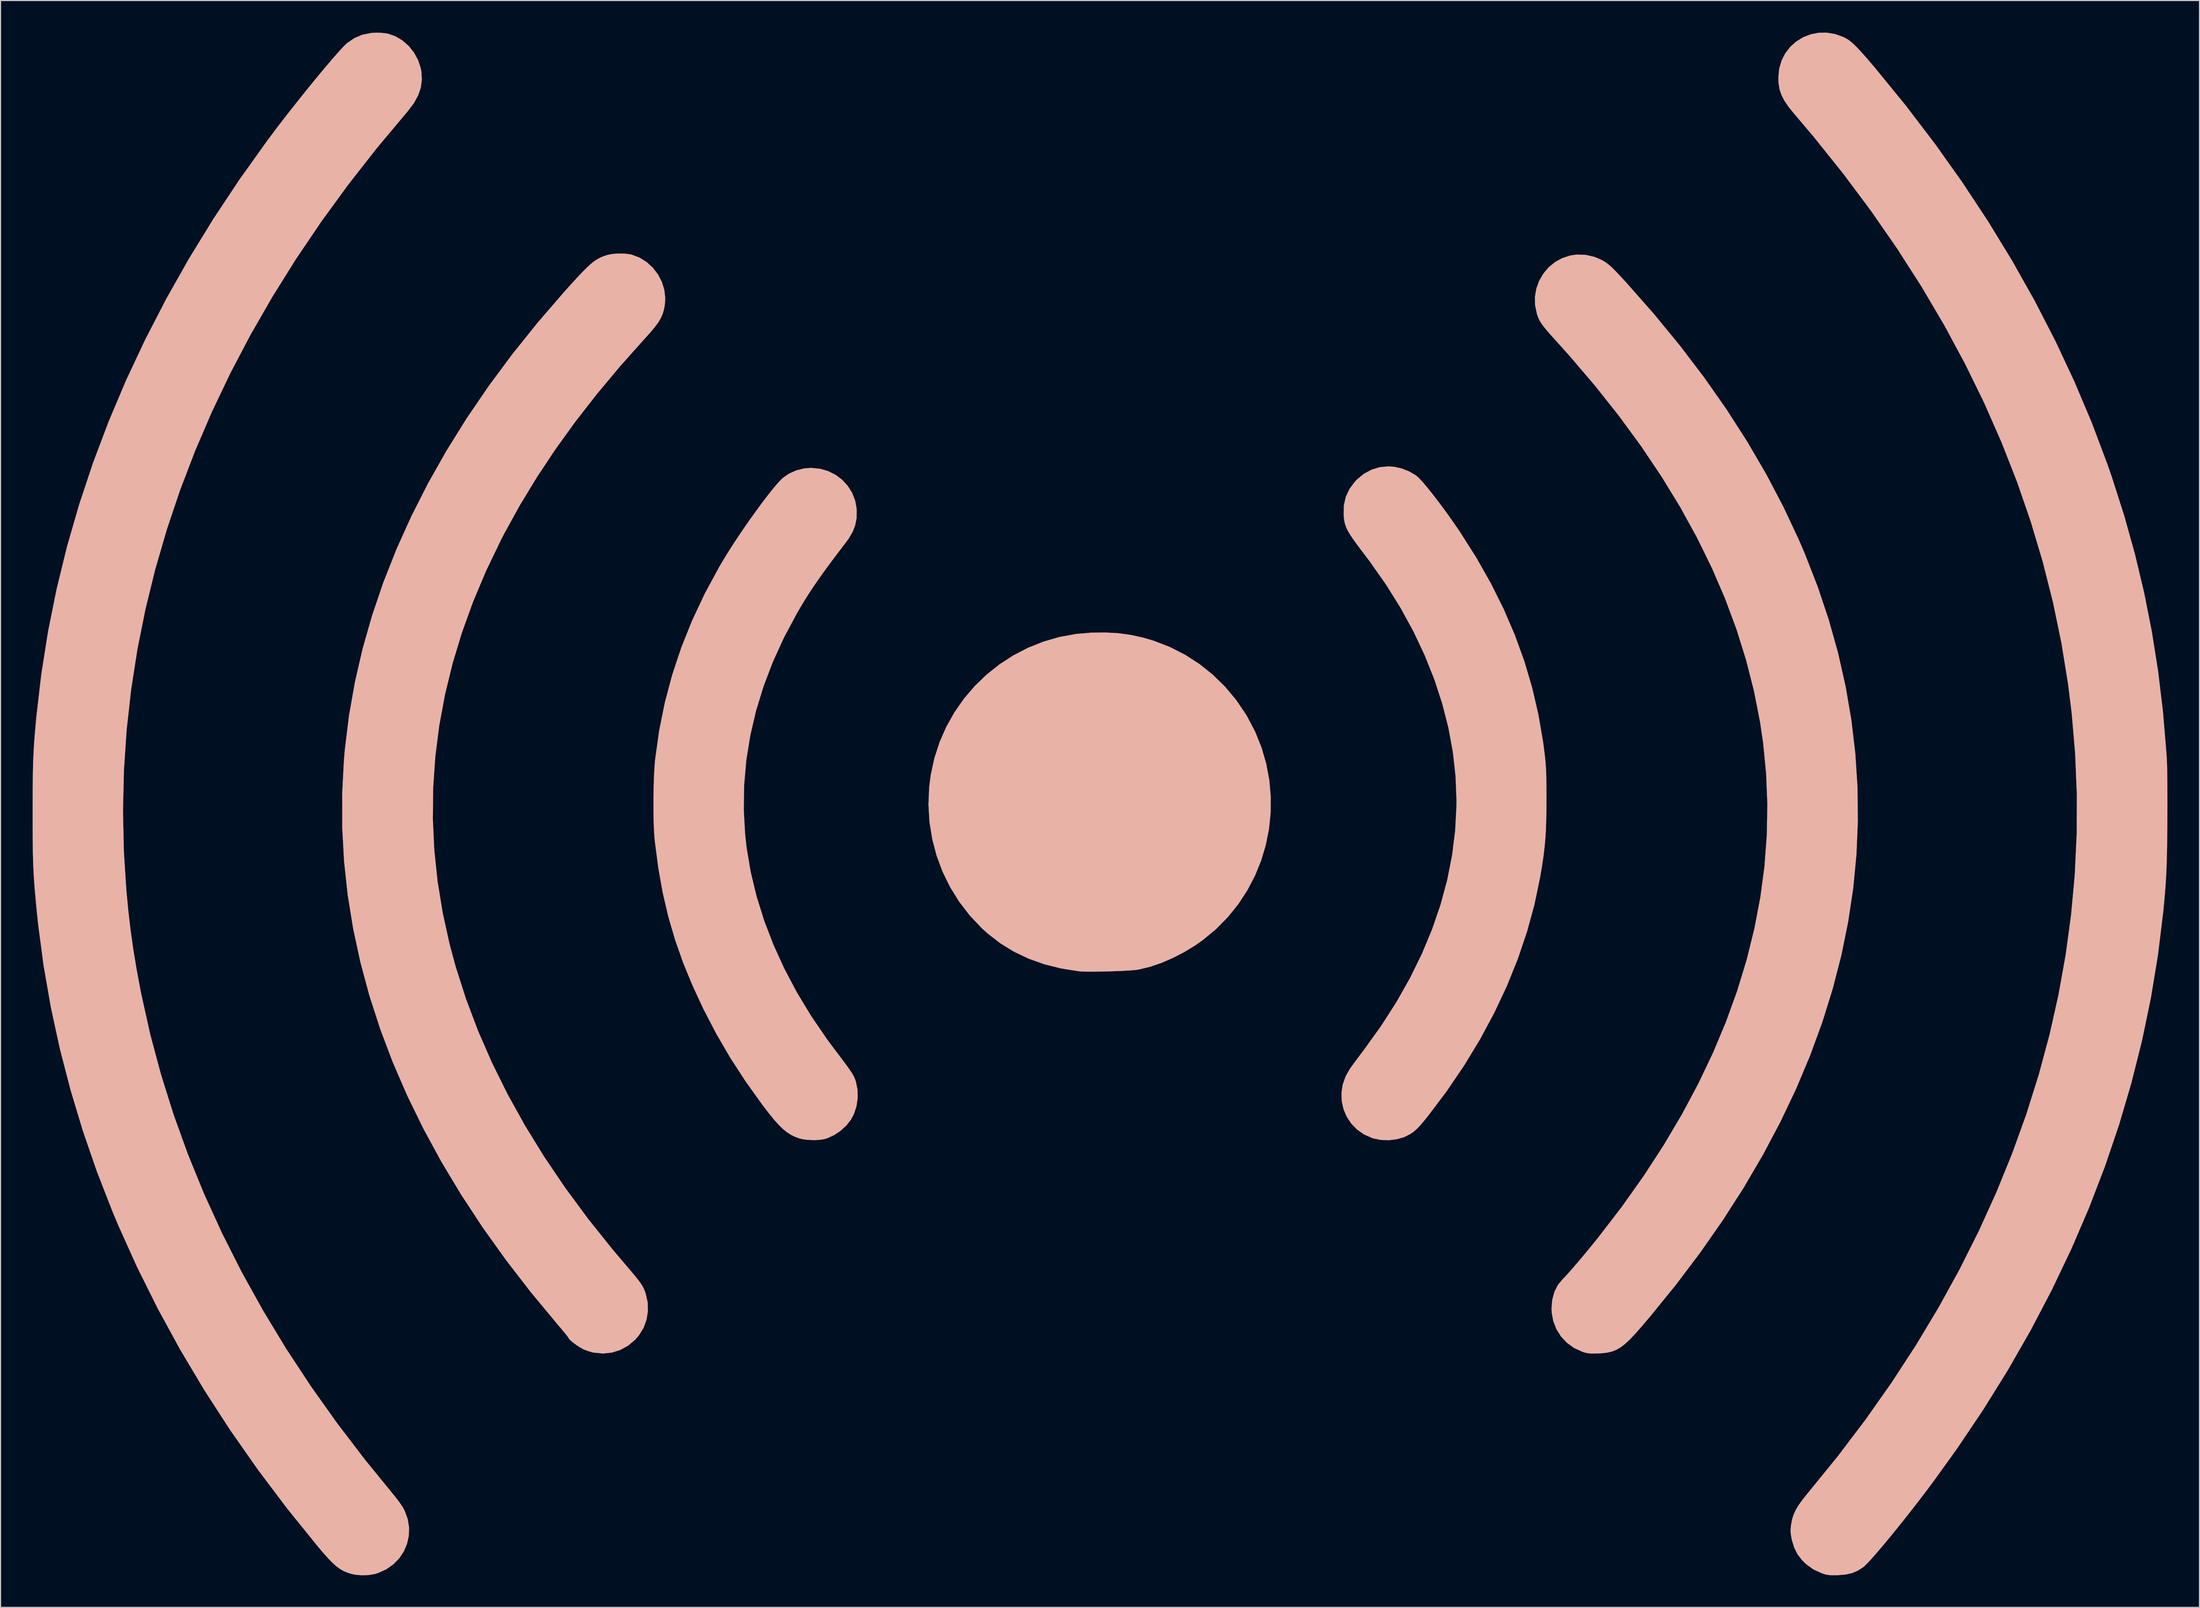
<source format=kicad_pcb>
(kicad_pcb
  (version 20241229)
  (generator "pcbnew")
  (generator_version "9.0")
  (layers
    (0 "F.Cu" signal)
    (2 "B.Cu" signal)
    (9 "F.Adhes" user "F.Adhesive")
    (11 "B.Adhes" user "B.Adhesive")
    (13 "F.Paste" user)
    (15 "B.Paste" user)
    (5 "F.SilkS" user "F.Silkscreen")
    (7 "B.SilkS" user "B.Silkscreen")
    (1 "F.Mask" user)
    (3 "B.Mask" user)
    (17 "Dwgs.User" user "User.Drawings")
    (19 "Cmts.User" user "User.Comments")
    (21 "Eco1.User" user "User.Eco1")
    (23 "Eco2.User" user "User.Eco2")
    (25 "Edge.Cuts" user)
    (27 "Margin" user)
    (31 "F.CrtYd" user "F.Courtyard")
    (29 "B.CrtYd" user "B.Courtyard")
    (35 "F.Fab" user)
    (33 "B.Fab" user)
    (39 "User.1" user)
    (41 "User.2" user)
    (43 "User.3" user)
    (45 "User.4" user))
  (footprint "rfid_14x20_B"
    (layer "F.Cu")
    (at 99.869 72.143)
    (property "Reference" "rfid_14x20_B" (at 0 0 0) (layer "B.SilkS") (effects (font (size 1.524 1.524) (thickness 0.3))))
    (attr through_hole)
    (fp_poly (pts (xy 1.699 -15.942) (xy 2.858 -15.787) (xy 4.002 -15.536) (xy 5.029 -15.234) (xy 6.531 -14.655) (xy 7.96 -13.927) (xy 9.306 -13.058) (xy 10.56 -12.055) (xy 11.71 -10.928) (xy 12.748 -9.685) (xy 13.664 -8.332) (xy 13.77 -8.154) (xy 14.521 -6.719) (xy 15.114 -5.242) (xy 15.553 -3.734) (xy 15.84 -2.207) (xy 15.976 -0.671) (xy 15.966 0.863) (xy 15.81 2.384) (xy 15.512 3.88) (xy 15.075 5.341) (xy 14.5 6.755) (xy 13.79 8.112) (xy 12.948 9.401) (xy 11.975 10.61) (xy 10.876 11.729) (xy 9.651 12.747) (xy 8.932 13.255) (xy 7.901 13.887) (xy 6.826 14.443) (xy 5.742 14.909) (xy 4.683 15.271) (xy 3.683 15.514) (xy 3.497 15.547) (xy 3.195 15.583) (xy 2.758 15.616) (xy 2.218 15.647) (xy 1.607 15.674) (xy 0.956 15.696) (xy 0.297 15.713) (xy -0.339 15.724) (xy -0.92 15.727) (xy -1.414 15.723) (xy -1.79 15.709) (xy -1.947 15.696) (xy -3.632 15.428) (xy -5.208 15.034) (xy -6.679 14.511) (xy -8.053 13.856) (xy -9.333 13.067) (xy -10.526 12.142) (xy -11.09 11.628) (xy -12.206 10.443) (xy -13.188 9.162) (xy -14.032 7.797) (xy -14.734 6.358) (xy -15.29 4.858) (xy -15.697 3.308) (xy -15.951 1.721) (xy -16.047 0.109) (xy -15.981 -1.518) (xy -15.836 -2.665) (xy -15.497 -4.239) (xy -15.008 -5.749) (xy -14.377 -7.186) (xy -13.614 -8.544) (xy -12.727 -9.814) (xy -11.725 -10.989) (xy -10.617 -12.059) (xy -9.412 -13.019) (xy -8.118 -13.859) (xy -6.745 -14.573) (xy -5.301 -15.151) (xy -3.796 -15.587) (xy -2.237 -15.871) (xy -0.847 -15.991) (xy 0.479 -16.008) (xy 1.699 -15.942)) (stroke (width 0.01) (type solid)) (fill yes) (layer "B.SilkS"))
    (fp_poly (pts (xy -26.216 -31.334) (xy -25.438 -31.111) (xy -24.733 -30.757) (xy -24.113 -30.288) (xy -23.593 -29.718) (xy -23.185 -29.062) (xy -22.904 -28.335) (xy -22.762 -27.552) (xy -22.774 -26.729) (xy -22.778 -26.687) (xy -22.906 -26.042) (xy -23.137 -25.437) (xy -23.491 -24.828) (xy -23.756 -24.461) (xy -24.526 -23.453) (xy -25.201 -22.555) (xy -25.795 -21.746) (xy -26.322 -21.007) (xy -26.797 -20.317) (xy -27.232 -19.657) (xy -27.642 -19.007) (xy -28.041 -18.345) (xy -28.368 -17.783) (xy -29.568 -15.537) (xy -30.603 -13.271) (xy -31.474 -10.989) (xy -32.179 -8.693) (xy -32.718 -6.386) (xy -33.09 -4.069) (xy -33.294 -1.747) (xy -33.331 0.578) (xy -33.2 2.904) (xy -33.06 4.149) (xy -32.679 6.408) (xy -32.133 8.676) (xy -31.425 10.943) (xy -30.558 13.202) (xy -29.535 15.446) (xy -28.361 17.667) (xy -27.038 19.857) (xy -25.569 22.009) (xy -24.866 22.957) (xy -24.38 23.598) (xy -23.986 24.122) (xy -23.674 24.545) (xy -23.431 24.886) (xy -23.246 25.161) (xy -23.108 25.386) (xy -23.006 25.58) (xy -22.929 25.758) (xy -22.865 25.938) (xy -22.849 25.986) (xy -22.687 26.754) (xy -22.668 27.554) (xy -22.789 28.348) (xy -23.043 29.095) (xy -23.297 29.567) (xy -23.733 30.124) (xy -24.28 30.622) (xy -24.894 31.031) (xy -25.534 31.32) (xy -25.833 31.406) (xy -26.266 31.469) (xy -26.782 31.489) (xy -27.316 31.469) (xy -27.802 31.409) (xy -28.109 31.336) (xy -28.531 31.181) (xy -28.921 30.99) (xy -29.295 30.748) (xy -29.672 30.441) (xy -30.069 30.052) (xy -30.502 29.566) (xy -30.988 28.967) (xy -31.545 28.241) (xy -31.58 28.194) (xy -33.154 25.999) (xy -34.584 23.797) (xy -35.892 21.551) (xy -37.084 19.262) (xy -38.114 17.051) (xy -39.003 14.886) (xy -39.758 12.734) (xy -40.391 10.565) (xy -40.908 8.349) (xy -41.319 6.053) (xy -41.634 3.647) (xy -41.671 3.302) (xy -41.715 2.729) (xy -41.748 2.021) (xy -41.769 1.214) (xy -41.778 0.342) (xy -41.775 -0.561) (xy -41.761 -1.46) (xy -41.736 -2.32) (xy -41.7 -3.106) (xy -41.653 -3.785) (xy -41.623 -4.106) (xy -41.249 -6.794) (xy -40.718 -9.433) (xy -40.028 -12.03) (xy -39.177 -14.591) (xy -38.164 -17.12) (xy -36.987 -19.625) (xy -35.642 -22.11) (xy -35.328 -22.648) (xy -34.888 -23.372) (xy -34.4 -24.141) (xy -33.876 -24.939) (xy -33.329 -25.748) (xy -32.771 -26.55) (xy -32.216 -27.327) (xy -31.675 -28.063) (xy -31.162 -28.739) (xy -30.69 -29.338) (xy -30.27 -29.843) (xy -29.916 -30.235) (xy -29.683 -30.462) (xy -29.107 -30.866) (xy -28.43 -31.17) (xy -27.699 -31.357) (xy -27.053 -31.411) (xy -26.216 -31.334)) (stroke (width 0.01) (type solid)) (fill yes) (layer "B.SilkS"))
    (fp_poly (pts (xy 27.553 -31.51) (xy 28.244 -31.35) (xy 28.918 -31.085) (xy 29.511 -30.74) (xy 29.646 -30.639) (xy 29.881 -30.421) (xy 30.196 -30.078) (xy 30.577 -29.63) (xy 31.011 -29.093) (xy 31.484 -28.485) (xy 31.983 -27.823) (xy 32.494 -27.126) (xy 33.003 -26.41) (xy 33.498 -25.694) (xy 33.695 -25.4) (xy 35.219 -22.997) (xy 36.577 -20.599) (xy 37.774 -18.196) (xy 38.813 -15.779) (xy 39.697 -13.338) (xy 40.43 -10.865) (xy 41.015 -8.35) (xy 41.457 -5.783) (xy 41.585 -4.813) (xy 41.639 -4.349) (xy 41.682 -3.92) (xy 41.715 -3.497) (xy 41.739 -3.052) (xy 41.756 -2.555) (xy 41.766 -1.98) (xy 41.772 -1.296) (xy 41.773 -0.476) (xy 41.773 -0.339) (xy 41.767 0.758) (xy 41.748 1.722) (xy 41.714 2.591) (xy 41.66 3.403) (xy 41.584 4.194) (xy 41.484 5.001) (xy 41.355 5.862) (xy 41.196 6.813) (xy 41.188 6.859) (xy 40.656 9.417) (xy 39.958 11.974) (xy 39.097 14.521) (xy 38.077 17.052) (xy 36.9 19.56) (xy 35.57 22.038) (xy 34.09 24.48) (xy 32.464 26.879) (xy 30.694 29.227) (xy 30.606 29.337) (xy 30.211 29.822) (xy 29.886 30.194) (xy 29.602 30.481) (xy 29.334 30.71) (xy 29.055 30.908) (xy 29.041 30.917) (xy 28.437 31.217) (xy 27.74 31.413) (xy 26.997 31.499) (xy 26.252 31.471) (xy 25.549 31.325) (xy 25.465 31.297) (xy 24.704 30.955) (xy 24.049 30.496) (xy 23.508 29.937) (xy 23.085 29.298) (xy 22.789 28.597) (xy 22.623 27.852) (xy 22.596 27.081) (xy 22.711 26.304) (xy 22.977 25.538) (xy 23.347 24.876) (xy 23.499 24.659) (xy 23.731 24.338) (xy 24.022 23.943) (xy 24.349 23.505) (xy 24.69 23.053) (xy 24.698 23.042) (xy 26.298 20.818) (xy 27.737 18.575) (xy 29.015 16.314) (xy 30.129 14.039) (xy 31.081 11.752) (xy 31.868 9.455) (xy 32.49 7.151) (xy 32.945 4.843) (xy 33.234 2.532) (xy 33.354 0.223) (xy 33.358 -0.287) (xy 33.272 -2.545) (xy 33.02 -4.812) (xy 32.604 -7.083) (xy 32.025 -9.353) (xy 31.285 -11.617) (xy 30.387 -13.868) (xy 29.333 -16.102) (xy 28.124 -18.312) (xy 26.764 -20.493) (xy 25.253 -22.639) (xy 24.948 -23.044) (xy 24.426 -23.733) (xy 23.999 -24.307) (xy 23.657 -24.786) (xy 23.39 -25.189) (xy 23.188 -25.533) (xy 23.04 -25.837) (xy 22.938 -26.121) (xy 22.87 -26.402) (xy 22.827 -26.7) (xy 22.799 -27.033) (xy 22.798 -27.061) (xy 22.82 -27.909) (xy 23.001 -28.7) (xy 23.342 -29.433) (xy 23.842 -30.11) (xy 24.038 -30.317) (xy 24.689 -30.854) (xy 25.409 -31.243) (xy 26.182 -31.478) (xy 26.992 -31.553) (xy 27.553 -31.51)) (stroke (width 0.01) (type solid)) (fill yes) (layer "B.SilkS"))
    (fp_poly (pts (xy 45.418 -51.349) (xy 46.231 -51.165) (xy 46.72 -50.969) (xy 46.988 -50.837) (xy 47.23 -50.698) (xy 47.466 -50.536) (xy 47.714 -50.332) (xy 47.996 -50.069) (xy 48.329 -49.731) (xy 48.735 -49.3) (xy 49.229 -48.763) (xy 51.832 -45.811) (xy 54.268 -42.844) (xy 56.536 -39.861) (xy 58.639 -36.86) (xy 60.575 -33.84) (xy 62.347 -30.8) (xy 63.955 -27.739) (xy 65.4 -24.656) (xy 65.921 -23.445) (xy 67.131 -20.349) (xy 68.175 -17.239) (xy 69.051 -14.117) (xy 69.759 -10.984) (xy 70.299 -7.842) (xy 70.671 -4.693) (xy 70.875 -1.539) (xy 70.91 1.62) (xy 70.776 4.781) (xy 70.776 4.784) (xy 70.474 7.924) (xy 70.003 11.063) (xy 69.364 14.198) (xy 68.557 17.328) (xy 67.583 20.452) (xy 66.443 23.569) (xy 65.138 26.677) (xy 63.666 29.774) (xy 62.031 32.861) (xy 60.231 35.935) (xy 58.267 38.996) (xy 56.141 42.041) (xy 53.853 45.07) (xy 51.402 48.081) (xy 50.666 48.946) (xy 50.086 49.604) (xy 49.582 50.137) (xy 49.133 50.557) (xy 48.715 50.878) (xy 48.309 51.113) (xy 47.893 51.275) (xy 47.445 51.378) (xy 46.944 51.434) (xy 46.609 51.451) (xy 46.165 51.461) (xy 45.837 51.452) (xy 45.57 51.417) (xy 45.311 51.351) (xy 45.108 51.284) (xy 44.35 50.933) (xy 43.688 50.452) (xy 43.135 49.861) (xy 42.705 49.178) (xy 42.411 48.42) (xy 42.264 47.607) (xy 42.25 47.25) (xy 42.318 46.431) (xy 42.517 45.692) (xy 42.841 45.048) (xy 43.264 44.535) (xy 43.507 44.285) (xy 43.838 43.921) (xy 44.241 43.462) (xy 44.7 42.928) (xy 45.198 42.338) (xy 45.718 41.71) (xy 46.245 41.065) (xy 46.621 40.598) (xy 48.821 37.737) (xy 50.857 34.867) (xy 52.731 31.987) (xy 54.44 29.098) (xy 55.986 26.203) (xy 57.367 23.303) (xy 58.583 20.398) (xy 59.633 17.49) (xy 60.518 14.58) (xy 61.237 11.669) (xy 61.79 8.759) (xy 62.176 5.852) (xy 62.394 2.947) (xy 62.445 0.047) (xy 62.327 -2.848) (xy 62.042 -5.736) (xy 61.756 -7.662) (xy 61.187 -10.559) (xy 60.452 -13.445) (xy 59.552 -16.322) (xy 58.486 -19.189) (xy 57.253 -22.048) (xy 55.855 -24.9) (xy 54.289 -27.744) (xy 52.555 -30.582) (xy 50.654 -33.414) (xy 48.585 -36.242) (xy 46.348 -39.065) (xy 43.942 -41.885) (xy 42.98 -42.959) (xy 42.465 -43.529) (xy 42.052 -43.994) (xy 41.727 -44.372) (xy 41.477 -44.683) (xy 41.288 -44.945) (xy 41.146 -45.176) (xy 41.037 -45.397) (xy 40.949 -45.625) (xy 40.876 -45.847) (xy 40.711 -46.648) (xy 40.7 -47.441) (xy 40.834 -48.207) (xy 41.099 -48.93) (xy 41.485 -49.592) (xy 41.979 -50.176) (xy 42.571 -50.664) (xy 43.247 -51.038) (xy 43.998 -51.282) (xy 44.577 -51.367) (xy 45.418 -51.349)) (stroke (width 0.01) (type solid)) (fill yes) (layer "B.SilkS"))
    (fp_poly (pts (xy -44.534 -51.463) (xy -44.029 -51.408) (xy -43.815 -51.362) (xy -43.071 -51.079) (xy -42.402 -50.66) (xy -41.822 -50.126) (xy -41.346 -49.498) (xy -40.987 -48.797) (xy -40.759 -48.044) (xy -40.676 -47.26) (xy -40.717 -46.666) (xy -40.8 -46.221) (xy -40.919 -45.817) (xy -41.09 -45.429) (xy -41.328 -45.029) (xy -41.648 -44.593) (xy -42.065 -44.094) (xy -42.544 -43.561) (xy -44.887 -40.936) (xy -47.067 -38.328) (xy -49.091 -35.73) (xy -50.963 -33.135) (xy -52.69 -30.534) (xy -54.277 -27.92) (xy -55.73 -25.285) (xy -56.064 -24.638) (xy -57.446 -21.762) (xy -58.659 -18.88) (xy -59.704 -15.991) (xy -60.579 -13.096) (xy -61.286 -10.196) (xy -61.824 -7.29) (xy -62.192 -4.38) (xy -62.392 -1.466) (xy -62.422 1.453) (xy -62.284 4.375) (xy -61.976 7.3) (xy -61.499 10.227) (xy -60.853 13.157) (xy -60.283 15.268) (xy -59.324 18.267) (xy -58.197 21.251) (xy -56.902 24.222) (xy -55.437 27.177) (xy -53.805 30.119) (xy -52.004 33.045) (xy -50.034 35.957) (xy -47.897 38.854) (xy -45.592 41.735) (xy -44.367 43.18) (xy -43.887 43.74) (xy -43.506 44.195) (xy -43.21 44.567) (xy -42.984 44.875) (xy -42.814 45.14) (xy -42.685 45.384) (xy -42.583 45.627) (xy -42.509 45.838) (xy -42.323 46.664) (xy -42.297 47.489) (xy -42.426 48.292) (xy -42.705 49.052) (xy -43.13 49.748) (xy -43.512 50.187) (xy -44.174 50.736) (xy -44.905 51.133) (xy -45.689 51.374) (xy -46.513 51.456) (xy -47.362 51.372) (xy -47.464 51.352) (xy -47.832 51.25) (xy -48.211 51.112) (xy -48.4 51.026) (xy -48.671 50.873) (xy -48.966 50.678) (xy -49.251 50.47) (xy -49.492 50.274) (xy -49.652 50.118) (xy -49.699 50.037) (xy -49.752 49.95) (xy -49.899 49.757) (xy -50.123 49.479) (xy -50.406 49.138) (xy -50.732 48.755) (xy -50.738 48.748) (xy -53.245 45.729) (xy -55.588 42.695) (xy -57.765 39.647) (xy -59.776 36.586) (xy -61.622 33.513) (xy -63.301 30.427) (xy -64.814 27.331) (xy -66.161 24.225) (xy -67.34 21.108) (xy -68.352 17.983) (xy -69.197 14.849) (xy -69.874 11.708) (xy -70.384 8.56) (xy -70.725 5.406) (xy -70.897 2.246) (xy -70.901 -0.919) (xy -70.736 -4.088) (xy -70.65 -5.077) (xy -70.265 -8.224) (xy -69.711 -11.363) (xy -68.99 -14.491) (xy -68.101 -17.608) (xy -67.045 -20.712) (xy -65.823 -23.802) (xy -64.436 -26.876) (xy -62.884 -29.935) (xy -61.167 -32.975) (xy -59.287 -35.997) (xy -57.243 -38.999) (xy -55.037 -41.979) (xy -52.669 -44.936) (xy -50.14 -47.87) (xy -49.521 -48.556) (xy -48.938 -49.193) (xy -48.446 -49.715) (xy -48.029 -50.135) (xy -47.668 -50.469) (xy -47.345 -50.731) (xy -47.044 -50.933) (xy -46.746 -51.092) (xy -46.434 -51.221) (xy -46.09 -51.333) (xy -46.064 -51.341) (xy -45.623 -51.428) (xy -45.089 -51.469) (xy -44.534 -51.463)) (stroke (width 0.01) (type solid)) (fill yes) (layer "B.SilkS"))
    (fp_poly (pts (xy -67.312 -72.122) (xy -66.939 -72.091) (xy -66.652 -72.048) (xy -66.633 -72.044) (xy -65.919 -71.796) (xy -65.261 -71.403) (xy -64.676 -70.887) (xy -64.184 -70.27) (xy -63.803 -69.572) (xy -63.553 -68.814) (xy -63.496 -68.516) (xy -63.448 -67.741) (xy -63.549 -66.991) (xy -63.803 -66.252) (xy -64.215 -65.512) (xy -64.79 -64.758) (xy -64.816 -64.728) (xy -67.653 -61.343) (xy -70.333 -57.92) (xy -72.857 -54.458) (xy -75.222 -50.961) (xy -77.43 -47.43) (xy -79.479 -43.867) (xy -81.368 -40.273) (xy -83.096 -36.652) (xy -84.664 -33.005) (xy -86.07 -29.333) (xy -87.313 -25.639) (xy -88.394 -21.924) (xy -89.31 -18.191) (xy -90.062 -14.442) (xy -90.649 -10.678) (xy -91.07 -6.901) (xy -91.325 -3.113) (xy -91.412 0.684) (xy -91.331 4.488) (xy -91.102 8.058) (xy -90.923 9.953) (xy -90.711 11.774) (xy -90.458 13.573) (xy -90.157 15.406) (xy -89.8 17.328) (xy -89.702 17.822) (xy -88.859 21.611) (xy -87.848 25.378) (xy -86.672 29.12) (xy -85.329 32.837) (xy -83.823 36.526) (xy -82.152 40.186) (xy -80.319 43.814) (xy -78.324 47.409) (xy -76.169 50.97) (xy -73.853 54.493) (xy -71.378 57.979) (xy -68.746 61.424) (xy -66.435 64.258) (xy -65.923 64.884) (xy -65.527 65.406) (xy -65.238 65.834) (xy -65.057 66.163) (xy -64.772 66.95) (xy -64.646 67.743) (xy -64.672 68.525) (xy -64.84 69.278) (xy -65.142 69.983) (xy -65.57 70.625) (xy -66.116 71.185) (xy -66.77 71.645) (xy -67.525 71.988) (xy -67.878 72.095) (xy -68.428 72.187) (xy -69.046 72.209) (xy -69.647 72.161) (xy -69.997 72.09) (xy -70.398 71.967) (xy -70.761 71.815) (xy -71.106 71.619) (xy -71.453 71.363) (xy -71.823 71.03) (xy -72.235 70.604) (xy -72.71 70.07) (xy -73.147 69.555) (xy -76.054 65.958) (xy -78.799 62.313) (xy -81.382 58.622) (xy -83.802 54.883) (xy -86.059 51.096) (xy -88.154 47.262) (xy -90.087 43.38) (xy -91.858 39.451) (xy -92.372 38.227) (xy -93.841 34.461) (xy -95.157 30.65) (xy -96.317 26.804) (xy -97.32 22.932) (xy -98.162 19.044) (xy -98.841 15.15) (xy -99.354 11.259) (xy -99.478 10.071) (xy -99.56 9.212) (xy -99.63 8.446) (xy -99.689 7.75) (xy -99.737 7.099) (xy -99.775 6.469) (xy -99.805 5.835) (xy -99.828 5.174) (xy -99.844 4.459) (xy -99.855 3.668) (xy -99.861 2.776) (xy -99.864 1.758) (xy -99.864 0.847) (xy -99.863 -0.314) (xy -99.859 -1.329) (xy -99.851 -2.223) (xy -99.838 -3.019) (xy -99.82 -3.743) (xy -99.795 -4.417) (xy -99.762 -5.067) (xy -99.721 -5.715) (xy -99.67 -6.387) (xy -99.609 -7.105) (xy -99.537 -7.895) (xy -99.519 -8.086) (xy -99.053 -12.105) (xy -98.42 -16.104) (xy -97.619 -20.081) (xy -96.652 -24.035) (xy -95.519 -27.964) (xy -94.22 -31.867) (xy -92.756 -35.743) (xy -91.129 -39.59) (xy -89.337 -43.406) (xy -87.382 -47.192) (xy -85.265 -50.944) (xy -82.986 -54.661) (xy -80.545 -58.343) (xy -77.943 -61.988) (xy -77.353 -62.78) (xy -76.774 -63.544) (xy -76.162 -64.337) (xy -75.528 -65.147) (xy -74.884 -65.959) (xy -74.24 -66.761) (xy -73.608 -67.537) (xy -73 -68.276) (xy -72.425 -68.963) (xy -71.896 -69.585) (xy -71.424 -70.128) (xy -71.02 -70.579) (xy -70.694 -70.923) (xy -70.459 -71.148) (xy -70.441 -71.164) (xy -69.751 -71.633) (xy -68.989 -71.95) (xy -68.164 -72.112) (xy -67.697 -72.134) (xy -67.312 -72.122)) (stroke (width 0.01) (type solid)) (fill yes) (layer "B.SilkS"))
    (fp_poly (pts (xy 68.771 -72.009) (xy 69.554 -71.726) (xy 69.78 -71.613) (xy 70.007 -71.477) (xy 70.248 -71.298) (xy 70.517 -71.063) (xy 70.827 -70.757) (xy 71.193 -70.367) (xy 71.627 -69.88) (xy 72.143 -69.282) (xy 72.523 -68.833) (xy 75.392 -65.318) (xy 78.112 -61.752) (xy 80.68 -58.137) (xy 83.095 -54.478) (xy 85.354 -50.779) (xy 87.456 -47.041) (xy 89.398 -43.27) (xy 91.178 -39.468) (xy 92.795 -35.639) (xy 94.247 -31.787) (xy 94.671 -30.565) (xy 95.825 -26.956) (xy 96.832 -23.353) (xy 97.694 -19.737) (xy 98.416 -16.088) (xy 99.002 -12.387) (xy 99.455 -8.613) (xy 99.779 -4.746) (xy 99.82 -4.106) (xy 99.834 -3.786) (xy 99.846 -3.318) (xy 99.856 -2.724) (xy 99.863 -2.025) (xy 99.868 -1.245) (xy 99.871 -0.403) (xy 99.871 0.477) (xy 99.868 1.375) (xy 99.867 1.524) (xy 99.858 2.706) (xy 99.846 3.745) (xy 99.83 4.666) (xy 99.808 5.495) (xy 99.78 6.257) (xy 99.744 6.98) (xy 99.698 7.687) (xy 99.643 8.405) (xy 99.576 9.161) (xy 99.497 9.979) (xy 99.478 10.16) (xy 98.985 14.191) (xy 98.324 18.199) (xy 97.496 22.184) (xy 96.502 26.142) (xy 95.343 30.074) (xy 94.018 33.978) (xy 92.529 37.852) (xy 90.876 41.694) (xy 89.059 45.504) (xy 87.08 49.28) (xy 84.939 53.019) (xy 82.636 56.722) (xy 80.172 60.386) (xy 77.867 63.585) (xy 77.253 64.402) (xy 76.619 65.232) (xy 75.976 66.061) (xy 75.333 66.877) (xy 74.703 67.666) (xy 74.095 68.417) (xy 73.519 69.115) (xy 72.987 69.748) (xy 72.509 70.304) (xy 72.096 70.769) (xy 71.757 71.13) (xy 71.505 71.375) (xy 71.417 71.447) (xy 70.902 71.779) (xy 70.369 72.004) (xy 69.771 72.139) (xy 69.063 72.197) (xy 69.046 72.198) (xy 68.596 72.205) (xy 68.261 72.193) (xy 67.989 72.156) (xy 67.724 72.086) (xy 67.562 72.032) (xy 66.767 71.67) (xy 66.07 71.171) (xy 65.709 70.815) (xy 65.275 70.255) (xy 64.96 69.638) (xy 64.741 68.92) (xy 64.712 68.786) (xy 64.64 68.381) (xy 64.617 68.048) (xy 64.638 67.695) (xy 64.672 67.439) (xy 64.761 66.974) (xy 64.897 66.538) (xy 65.095 66.104) (xy 65.37 65.644) (xy 65.737 65.132) (xy 66.211 64.54) (xy 66.337 64.389) (xy 69.075 61.02) (xy 71.658 57.608) (xy 74.086 54.155) (xy 76.358 50.664) (xy 78.474 47.137) (xy 80.433 43.577) (xy 82.234 39.985) (xy 83.876 36.365) (xy 85.359 32.718) (xy 86.681 29.047) (xy 87.842 25.355) (xy 88.842 21.643) (xy 89.679 17.915) (xy 90.352 14.172) (xy 90.862 10.418) (xy 91.206 6.654) (xy 91.385 2.882) (xy 91.398 -0.894) (xy 91.243 -4.672) (xy 90.92 -8.451) (xy 90.583 -11.173) (xy 89.96 -15.016) (xy 89.169 -18.833) (xy 88.211 -22.625) (xy 87.087 -26.39) (xy 85.797 -30.127) (xy 84.341 -33.836) (xy 82.72 -37.516) (xy 80.933 -41.167) (xy 78.983 -44.786) (xy 76.867 -48.375) (xy 74.588 -51.931) (xy 72.146 -55.455) (xy 69.54 -58.945) (xy 66.772 -62.4) (xy 64.967 -64.533) (xy 64.446 -65.172) (xy 64.052 -65.746) (xy 63.771 -66.286) (xy 63.589 -66.822) (xy 63.494 -67.385) (xy 63.471 -67.945) (xy 63.554 -68.775) (xy 63.778 -69.536) (xy 64.129 -70.218) (xy 64.59 -70.812) (xy 65.145 -71.309) (xy 65.779 -71.7) (xy 66.474 -71.974) (xy 67.215 -72.124) (xy 67.986 -72.138) (xy 68.771 -72.009)) (stroke (width 0.01) (type solid)) (fill yes) (layer "B.SilkS")))
  (gr_rect
    (start -3 -3)
    (end 202.745 147.357)
    (stroke (width 0.1) (type default))
    (fill no)
    (layer "Edge.Cuts")))
</source>
